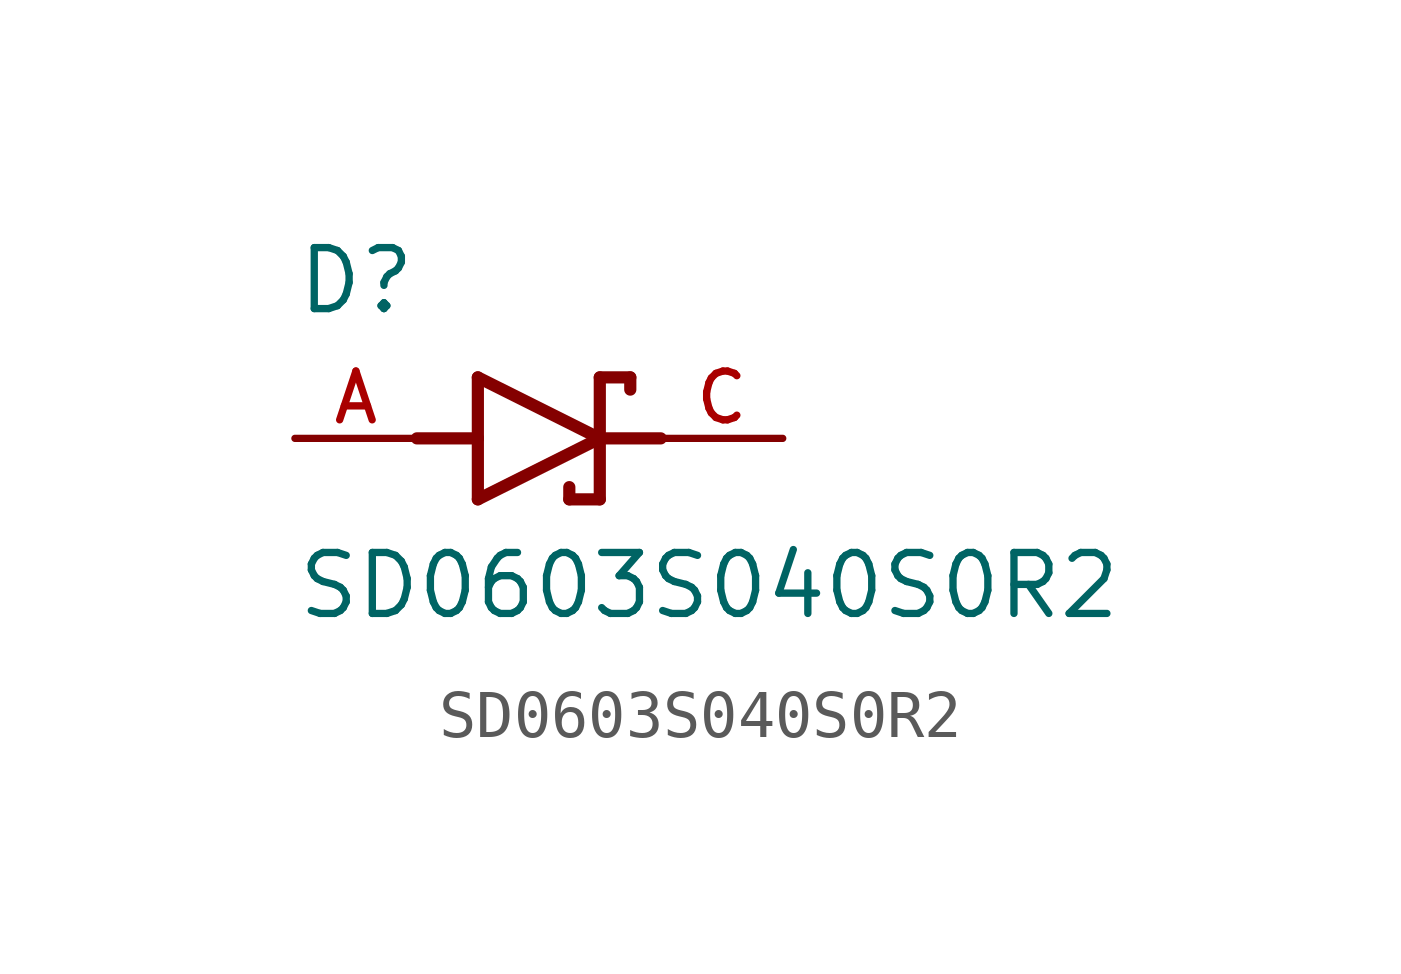
<source format=kicad_sym>
(kicad_symbol_lib
  (version 20211014)
  (generator kicad_symbol_editor)
  (symbol "SD0603S040S0R2"
    (pin_names
      (offset 1.016))
    (property "Reference" "D"
      (at -5.08 2.54 0)
      (effects (font (size 1.27 1.27)) (justify bottom left)))
    (property "Value" "SD0603S040S0R2"
      (at -5.08 -3.81 0)
      (effects (font (size 1.27 1.27)) (justify bottom left)))
    (symbol "SD0603S040S0R2_0_0"
      (polyline (pts (xy -1.27 -1.27) (xy 1.27 0.0)) (stroke (width 0.254)))
      (polyline (pts (xy 1.27 0.0) (xy -1.27 1.27)) (stroke (width 0.254)))
      (polyline (pts (xy 1.905 1.27) (xy 1.27 1.27)) (stroke (width 0.254)))
      (polyline (pts (xy 1.27 1.27) (xy 1.27 0.0)) (stroke (width 0.254)))
      (polyline (pts (xy -1.27 1.27) (xy -1.27 0.0)) (stroke (width 0.254)))
      (polyline (pts (xy -1.27 0.0) (xy -1.27 -1.27)) (stroke (width 0.254)))
      (polyline (pts (xy 1.27 0.0) (xy 1.27 -1.27)) (stroke (width 0.254)))
      (polyline (pts (xy 1.905 1.27) (xy 1.905 1.016)) (stroke (width 0.254)))
      (polyline (pts (xy 1.27 -1.27) (xy 0.635 -1.27)) (stroke (width 0.254)))
      (polyline (pts (xy 0.635 -1.016) (xy 0.635 -1.27)) (stroke (width 0.254)))
      (polyline (pts (xy -2.54 0.0) (xy -1.27 0.0)) (stroke (width 0.254)))
      (polyline (pts (xy 2.54 0.0) (xy 1.27 0.0)) (stroke (width 0.254)))
      (pin passive line (at 5.08 0.0 180.0) (length 2.54) (name "~" (effects (font (size 1.016 1.016)))) (number "C" (effects (font (size 1.016 1.016)))))
      (pin passive line (at -5.08 0.0 0) (length 2.54) (name "~" (effects (font (size 1.016 1.016)))) (number "A" (effects (font (size 1.016 1.016))))))))
</source>
